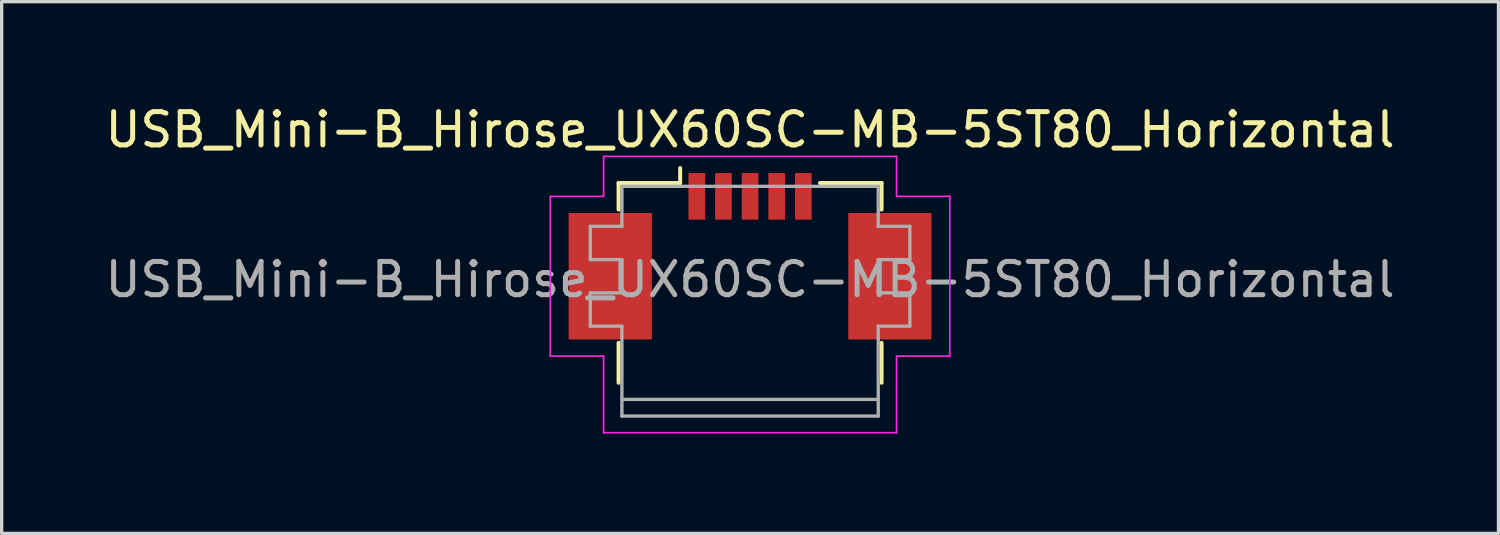
<source format=kicad_pcb>
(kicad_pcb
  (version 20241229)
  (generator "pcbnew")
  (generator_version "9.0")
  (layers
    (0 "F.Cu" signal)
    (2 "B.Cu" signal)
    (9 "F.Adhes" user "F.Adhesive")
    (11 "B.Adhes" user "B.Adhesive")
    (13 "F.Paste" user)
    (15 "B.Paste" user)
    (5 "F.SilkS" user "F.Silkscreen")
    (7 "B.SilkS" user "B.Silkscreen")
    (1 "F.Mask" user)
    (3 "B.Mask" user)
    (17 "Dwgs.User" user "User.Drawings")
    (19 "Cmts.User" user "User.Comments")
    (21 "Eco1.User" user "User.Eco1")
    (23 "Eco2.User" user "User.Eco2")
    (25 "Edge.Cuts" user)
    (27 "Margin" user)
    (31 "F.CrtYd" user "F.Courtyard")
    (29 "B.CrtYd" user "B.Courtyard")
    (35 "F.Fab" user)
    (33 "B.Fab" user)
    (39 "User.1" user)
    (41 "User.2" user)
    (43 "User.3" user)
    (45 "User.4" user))
  (footprint "USB_Mini-B_Hirose_UX60SC-MB-5ST80_Horizontal"
    (layer "F.Cu")
    (at 19.482 4.648)
    (property "Reference" "USB_Mini-B_Hirose_UX60SC-MB-5ST80_Horizontal" (at 0 -3.8 0) (layer "F.SilkS") (effects (font (size 1 1) (thickness 0.15))))
    (attr smd)
    (fp_line (start -3.95 -2.2) (end -3.95 -1.4) (stroke (width 0.12) (type solid)) (layer "F.SilkS"))
    (fp_line (start -3.95 2.6) (end -3.95 3.8) (stroke (width 0.12) (type solid)) (layer "F.SilkS"))
    (fp_line (start -2.1 -2.2) (end -3.95 -2.2) (stroke (width 0.12) (type solid)) (layer "F.SilkS"))
    (fp_line (start -2.1 -2.2) (end -2.1 -2.65) (stroke (width 0.12) (type solid)) (layer "F.SilkS"))
    (fp_line (start 3.95 -2.2) (end 2.1 -2.2) (stroke (width 0.12) (type solid)) (layer "F.SilkS"))
    (fp_line (start 3.95 -1.4) (end 3.95 -2.2) (stroke (width 0.12) (type solid)) (layer "F.SilkS"))
    (fp_line (start 3.95 2.6) (end 3.95 3.8) (stroke (width 0.12) (type solid)) (layer "F.SilkS"))
    (fp_line (start -6 -1.8) (end -4.4 -1.8) (stroke (width 0.05) (type solid)) (layer "F.CrtYd"))
    (fp_line (start -6 3) (end -6 -1.8) (stroke (width 0.05) (type solid)) (layer "F.CrtYd"))
    (fp_line (start -4.4 -3) (end 4.4 -3) (stroke (width 0.05) (type solid)) (layer "F.CrtYd"))
    (fp_line (start -4.4 -1.8) (end -4.4 -3) (stroke (width 0.05) (type solid)) (layer "F.CrtYd"))
    (fp_line (start -4.4 3) (end -6 3) (stroke (width 0.05) (type solid)) (layer "F.CrtYd"))
    (fp_line (start -4.4 5.3) (end -4.4 3) (stroke (width 0.05) (type solid)) (layer "F.CrtYd"))
    (fp_line (start 4.4 -3) (end 4.4 -1.8) (stroke (width 0.05) (type solid)) (layer "F.CrtYd"))
    (fp_line (start 4.4 -1.8) (end 6 -1.8) (stroke (width 0.05) (type solid)) (layer "F.CrtYd"))
    (fp_line (start 4.4 5.3) (end -4.4 5.3) (stroke (width 0.05) (type solid)) (layer "F.CrtYd"))
    (fp_line (start 4.4 5.3) (end 4.4 3) (stroke (width 0.05) (type solid)) (layer "F.CrtYd"))
    (fp_line (start 6 -1.8) (end 6 3) (stroke (width 0.05) (type solid)) (layer "F.CrtYd"))
    (fp_line (start 6 3) (end 4.4 3) (stroke (width 0.05) (type solid)) (layer "F.CrtYd"))
    (fp_line (start -4.8 0.1) (end -4.8 -0.9) (stroke (width 0.1) (type solid)) (layer "F.Fab"))
    (fp_line (start -4.8 0.1) (end -3.85 0.1) (stroke (width 0.1) (type solid)) (layer "F.Fab"))
    (fp_line (start -4.8 2.1) (end -4.8 1.1) (stroke (width 0.1) (type solid)) (layer "F.Fab"))
    (fp_line (start -4.8 2.1) (end -3.85 2.1) (stroke (width 0.1) (type solid)) (layer "F.Fab"))
    (fp_line (start -3.85 -0.9) (end -4.8 -0.9) (stroke (width 0.1) (type solid)) (layer "F.Fab"))
    (fp_line (start -3.85 -0.9) (end -3.85 -2.1) (stroke (width 0.1) (type solid)) (layer "F.Fab"))
    (fp_line (start -3.85 1.1) (end -4.8 1.1) (stroke (width 0.1) (type solid)) (layer "F.Fab"))
    (fp_line (start -3.85 1.1) (end -3.85 0.1) (stroke (width 0.1) (type solid)) (layer "F.Fab"))
    (fp_line (start -3.85 4.3) (end 3.85 4.3) (stroke (width 0.1) (type solid)) (layer "F.Fab"))
    (fp_line (start -3.85 4.8) (end -3.85 2.1) (stroke (width 0.1) (type solid)) (layer "F.Fab"))
    (fp_line (start 3.85 -2.1) (end -3.85 -2.1) (stroke (width 0.1) (type solid)) (layer "F.Fab"))
    (fp_line (start 3.85 -0.9) (end 3.85 -2.1) (stroke (width 0.1) (type solid)) (layer "F.Fab"))
    (fp_line (start 3.85 0.1) (end 4.8 0.1) (stroke (width 0.1) (type solid)) (layer "F.Fab"))
    (fp_line (start 3.85 1.1) (end 3.85 0.1) (stroke (width 0.1) (type solid)) (layer "F.Fab"))
    (fp_line (start 3.85 2.1) (end 4.8 2.1) (stroke (width 0.1) (type solid)) (layer "F.Fab"))
    (fp_line (start 3.85 4.8) (end -3.85 4.8) (stroke (width 0.1) (type solid)) (layer "F.Fab"))
    (fp_line (start 3.85 4.8) (end 3.85 2.1) (stroke (width 0.1) (type solid)) (layer "F.Fab"))
    (fp_line (start 4.8 -0.9) (end 3.85 -0.9) (stroke (width 0.1) (type solid)) (layer "F.Fab"))
    (fp_line (start 4.8 0.1) (end 4.8 -0.9) (stroke (width 0.1) (type solid)) (layer "F.Fab"))
    (fp_line (start 4.8 1.1) (end 3.85 1.1) (stroke (width 0.1) (type solid)) (layer "F.Fab"))
    (fp_line (start 4.8 2.1) (end 4.8 1.1) (stroke (width 0.1) (type solid)) (layer "F.Fab"))
    (fp_text user "${REFERENCE}" (at 0 0.7 0) (layer "F.Fab") (effects (font (size 1 1) (thickness 0.15))))
    (pad "1" smd rect (at -1.6 -1.8) (size 0.5 1.4) (layers "F.Cu" "F.Mask" "F.Paste"))
    (pad "2" smd rect (at -0.8 -1.8) (size 0.5 1.4) (layers "F.Cu" "F.Mask" "F.Paste"))
    (pad "3" smd rect (at 0 -1.8) (size 0.5 1.4) (layers "F.Cu" "F.Mask" "F.Paste"))
    (pad "4" smd rect (at 0.8 -1.8) (size 0.5 1.4) (layers "F.Cu" "F.Mask" "F.Paste"))
    (pad "5" smd rect (at 1.6 -1.8) (size 0.5 1.4) (layers "F.Cu" "F.Mask" "F.Paste"))
    (pad "6" smd rect (at -4.2 0.6) (size 2.5 3.8) (layers "F.Cu" "F.Mask" "F.Paste"))
    (pad "6" smd rect (at 4.2 0.6) (size 2.5 3.8) (layers "F.Cu" "F.Mask" "F.Paste")))
  (gr_rect
    (start -3 -3)
    (end 41.964 12.973)
    (stroke (width 0.1) (type default))
    (fill no)
    (layer "Edge.Cuts")))
</source>
